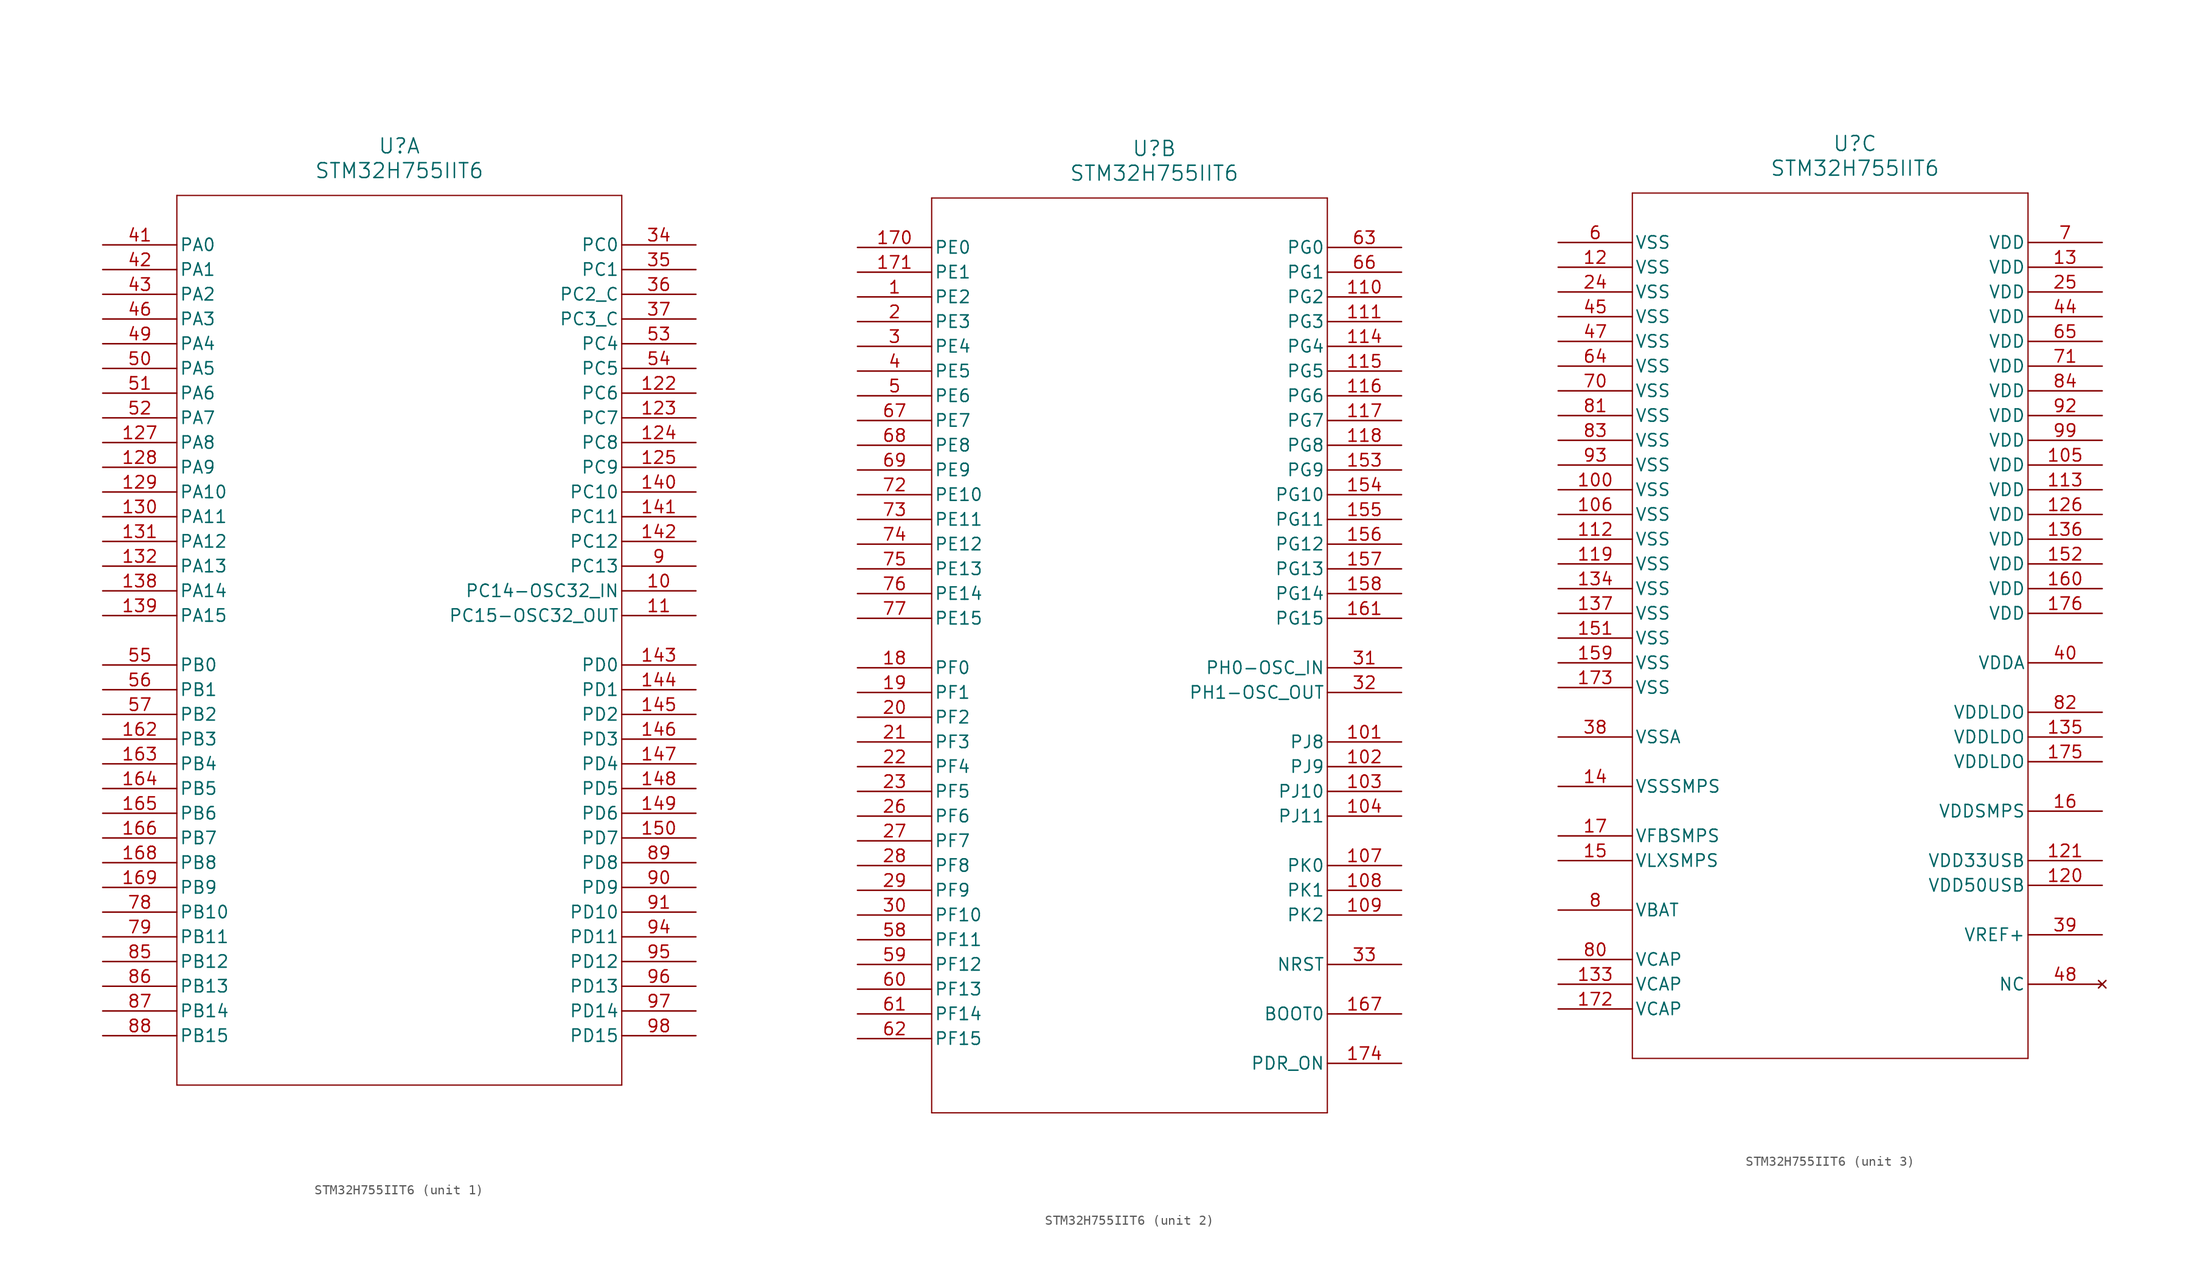
<source format=kicad_sym>
(kicad_symbol_lib
  (version 20211014)
  (generator kicad_symbol_editor)
  (symbol "STM32H755IIT6"
    (pin_names
      (offset 0.254))
    (property "Reference" "U"
      (at 30.48 10.16 0)
      (effects (font (size 1.524 1.524))))
    (property "Value" "STM32H755IIT6"
      (at 30.48 7.62 0)
      (effects (font (size 1.524 1.524))))
    (symbol "STM32H755IIT6_1_1"
      (polyline (pts (xy 7.62 5.08) (xy 7.62 -86.36)) (stroke (width 0.127) (type default) (color 0 0 0 0)) (fill (type none)))
      (polyline (pts (xy 7.62 -86.36) (xy 53.34 -86.36)) (stroke (width 0.127) (type default) (color 0 0 0 0)) (fill (type none)))
      (polyline (pts (xy 53.34 -86.36) (xy 53.34 5.08)) (stroke (width 0.127) (type default) (color 0 0 0 0)) (fill (type none)))
      (polyline (pts (xy 53.34 5.08) (xy 7.62 5.08)) (stroke (width 0.127) (type default) (color 0 0 0 0)) (fill (type none)))
      (pin bidirectional line (at 60.96 -33.02 180) (length 7.62) (name "PC13" (effects (font (size 1.27 1.27)))) (number "9" (effects (font (size 1.27 1.27)))))
      (pin bidirectional line (at 60.96 -35.56 180) (length 7.62) (name "PC14-OSC32_IN" (effects (font (size 1.27 1.27)))) (number "10" (effects (font (size 1.27 1.27)))))
      (pin bidirectional line (at 60.96 -38.1 180) (length 7.62) (name "PC15-OSC32_OUT" (effects (font (size 1.27 1.27)))) (number "11" (effects (font (size 1.27 1.27)))))
      (pin bidirectional line (at 60.96 0 180) (length 7.62) (name "PC0" (effects (font (size 1.27 1.27)))) (number "34" (effects (font (size 1.27 1.27)))))
      (pin bidirectional line (at 60.96 -2.54 180) (length 7.62) (name "PC1" (effects (font (size 1.27 1.27)))) (number "35" (effects (font (size 1.27 1.27)))))
      (pin bidirectional line (at 60.96 -5.08 180) (length 7.62) (name "PC2_C" (effects (font (size 1.27 1.27)))) (number "36" (effects (font (size 1.27 1.27)))))
      (pin bidirectional line (at 60.96 -7.62 180) (length 7.62) (name "PC3_C" (effects (font (size 1.27 1.27)))) (number "37" (effects (font (size 1.27 1.27)))))
      (pin bidirectional line (at 0 0 0) (length 7.62) (name "PA0" (effects (font (size 1.27 1.27)))) (number "41" (effects (font (size 1.27 1.27)))))
      (pin bidirectional line (at 0 -2.54 0) (length 7.62) (name "PA1" (effects (font (size 1.27 1.27)))) (number "42" (effects (font (size 1.27 1.27)))))
      (pin bidirectional line (at 0 -5.08 0) (length 7.62) (name "PA2" (effects (font (size 1.27 1.27)))) (number "43" (effects (font (size 1.27 1.27)))))
      (pin bidirectional line (at 0 -7.62 0) (length 7.62) (name "PA3" (effects (font (size 1.27 1.27)))) (number "46" (effects (font (size 1.27 1.27)))))
      (pin bidirectional line (at 0 -10.16 0) (length 7.62) (name "PA4" (effects (font (size 1.27 1.27)))) (number "49" (effects (font (size 1.27 1.27)))))
      (pin bidirectional line (at 0 -12.7 0) (length 7.62) (name "PA5" (effects (font (size 1.27 1.27)))) (number "50" (effects (font (size 1.27 1.27)))))
      (pin bidirectional line (at 0 -15.24 0) (length 7.62) (name "PA6" (effects (font (size 1.27 1.27)))) (number "51" (effects (font (size 1.27 1.27)))))
      (pin bidirectional line (at 0 -17.78 0) (length 7.62) (name "PA7" (effects (font (size 1.27 1.27)))) (number "52" (effects (font (size 1.27 1.27)))))
      (pin bidirectional line (at 60.96 -10.16 180) (length 7.62) (name "PC4" (effects (font (size 1.27 1.27)))) (number "53" (effects (font (size 1.27 1.27)))))
      (pin bidirectional line (at 60.96 -12.7 180) (length 7.62) (name "PC5" (effects (font (size 1.27 1.27)))) (number "54" (effects (font (size 1.27 1.27)))))
      (pin bidirectional line (at 0 -43.18 0) (length 7.62) (name "PB0" (effects (font (size 1.27 1.27)))) (number "55" (effects (font (size 1.27 1.27)))))
      (pin bidirectional line (at 0 -45.72 0) (length 7.62) (name "PB1" (effects (font (size 1.27 1.27)))) (number "56" (effects (font (size 1.27 1.27)))))
      (pin bidirectional line (at 0 -48.26 0) (length 7.62) (name "PB2" (effects (font (size 1.27 1.27)))) (number "57" (effects (font (size 1.27 1.27)))))
      (pin bidirectional line (at 0 -68.58 0) (length 7.62) (name "PB10" (effects (font (size 1.27 1.27)))) (number "78" (effects (font (size 1.27 1.27)))))
      (pin bidirectional line (at 0 -71.12 0) (length 7.62) (name "PB11" (effects (font (size 1.27 1.27)))) (number "79" (effects (font (size 1.27 1.27)))))
      (pin bidirectional line (at 0 -73.66 0) (length 7.62) (name "PB12" (effects (font (size 1.27 1.27)))) (number "85" (effects (font (size 1.27 1.27)))))
      (pin bidirectional line (at 0 -76.2 0) (length 7.62) (name "PB13" (effects (font (size 1.27 1.27)))) (number "86" (effects (font (size 1.27 1.27)))))
      (pin bidirectional line (at 0 -78.74 0) (length 7.62) (name "PB14" (effects (font (size 1.27 1.27)))) (number "87" (effects (font (size 1.27 1.27)))))
      (pin bidirectional line (at 0 -81.28 0) (length 7.62) (name "PB15" (effects (font (size 1.27 1.27)))) (number "88" (effects (font (size 1.27 1.27)))))
      (pin bidirectional line (at 60.96 -63.5 180) (length 7.62) (name "PD8" (effects (font (size 1.27 1.27)))) (number "89" (effects (font (size 1.27 1.27)))))
      (pin bidirectional line (at 60.96 -66.04 180) (length 7.62) (name "PD9" (effects (font (size 1.27 1.27)))) (number "90" (effects (font (size 1.27 1.27)))))
      (pin bidirectional line (at 60.96 -68.58 180) (length 7.62) (name "PD10" (effects (font (size 1.27 1.27)))) (number "91" (effects (font (size 1.27 1.27)))))
      (pin bidirectional line (at 60.96 -71.12 180) (length 7.62) (name "PD11" (effects (font (size 1.27 1.27)))) (number "94" (effects (font (size 1.27 1.27)))))
      (pin bidirectional line (at 60.96 -73.66 180) (length 7.62) (name "PD12" (effects (font (size 1.27 1.27)))) (number "95" (effects (font (size 1.27 1.27)))))
      (pin bidirectional line (at 60.96 -76.2 180) (length 7.62) (name "PD13" (effects (font (size 1.27 1.27)))) (number "96" (effects (font (size 1.27 1.27)))))
      (pin bidirectional line (at 60.96 -78.74 180) (length 7.62) (name "PD14" (effects (font (size 1.27 1.27)))) (number "97" (effects (font (size 1.27 1.27)))))
      (pin bidirectional line (at 60.96 -81.28 180) (length 7.62) (name "PD15" (effects (font (size 1.27 1.27)))) (number "98" (effects (font (size 1.27 1.27)))))
      (pin bidirectional line (at 60.96 -15.24 180) (length 7.62) (name "PC6" (effects (font (size 1.27 1.27)))) (number "122" (effects (font (size 1.27 1.27)))))
      (pin bidirectional line (at 60.96 -17.78 180) (length 7.62) (name "PC7" (effects (font (size 1.27 1.27)))) (number "123" (effects (font (size 1.27 1.27)))))
      (pin bidirectional line (at 60.96 -20.32 180) (length 7.62) (name "PC8" (effects (font (size 1.27 1.27)))) (number "124" (effects (font (size 1.27 1.27)))))
      (pin bidirectional line (at 60.96 -22.86 180) (length 7.62) (name "PC9" (effects (font (size 1.27 1.27)))) (number "125" (effects (font (size 1.27 1.27)))))
      (pin bidirectional line (at 0 -20.32 0) (length 7.62) (name "PA8" (effects (font (size 1.27 1.27)))) (number "127" (effects (font (size 1.27 1.27)))))
      (pin bidirectional line (at 0 -22.86 0) (length 7.62) (name "PA9" (effects (font (size 1.27 1.27)))) (number "128" (effects (font (size 1.27 1.27)))))
      (pin bidirectional line (at 0 -25.4 0) (length 7.62) (name "PA10" (effects (font (size 1.27 1.27)))) (number "129" (effects (font (size 1.27 1.27)))))
      (pin bidirectional line (at 0 -27.94 0) (length 7.62) (name "PA11" (effects (font (size 1.27 1.27)))) (number "130" (effects (font (size 1.27 1.27)))))
      (pin bidirectional line (at 0 -30.48 0) (length 7.62) (name "PA12" (effects (font (size 1.27 1.27)))) (number "131" (effects (font (size 1.27 1.27)))))
      (pin bidirectional line (at 0 -33.02 0) (length 7.62) (name "PA13" (effects (font (size 1.27 1.27)))) (number "132" (effects (font (size 1.27 1.27)))))
      (pin bidirectional line (at 0 -35.56 0) (length 7.62) (name "PA14" (effects (font (size 1.27 1.27)))) (number "138" (effects (font (size 1.27 1.27)))))
      (pin bidirectional line (at 0 -38.1 0) (length 7.62) (name "PA15" (effects (font (size 1.27 1.27)))) (number "139" (effects (font (size 1.27 1.27)))))
      (pin bidirectional line (at 60.96 -25.4 180) (length 7.62) (name "PC10" (effects (font (size 1.27 1.27)))) (number "140" (effects (font (size 1.27 1.27)))))
      (pin bidirectional line (at 60.96 -27.94 180) (length 7.62) (name "PC11" (effects (font (size 1.27 1.27)))) (number "141" (effects (font (size 1.27 1.27)))))
      (pin bidirectional line (at 60.96 -30.48 180) (length 7.62) (name "PC12" (effects (font (size 1.27 1.27)))) (number "142" (effects (font (size 1.27 1.27)))))
      (pin bidirectional line (at 60.96 -43.18 180) (length 7.62) (name "PD0" (effects (font (size 1.27 1.27)))) (number "143" (effects (font (size 1.27 1.27)))))
      (pin bidirectional line (at 60.96 -45.72 180) (length 7.62) (name "PD1" (effects (font (size 1.27 1.27)))) (number "144" (effects (font (size 1.27 1.27)))))
      (pin bidirectional line (at 60.96 -48.26 180) (length 7.62) (name "PD2" (effects (font (size 1.27 1.27)))) (number "145" (effects (font (size 1.27 1.27)))))
      (pin bidirectional line (at 60.96 -50.8 180) (length 7.62) (name "PD3" (effects (font (size 1.27 1.27)))) (number "146" (effects (font (size 1.27 1.27)))))
      (pin bidirectional line (at 60.96 -53.34 180) (length 7.62) (name "PD4" (effects (font (size 1.27 1.27)))) (number "147" (effects (font (size 1.27 1.27)))))
      (pin bidirectional line (at 60.96 -55.88 180) (length 7.62) (name "PD5" (effects (font (size 1.27 1.27)))) (number "148" (effects (font (size 1.27 1.27)))))
      (pin bidirectional line (at 60.96 -58.42 180) (length 7.62) (name "PD6" (effects (font (size 1.27 1.27)))) (number "149" (effects (font (size 1.27 1.27)))))
      (pin bidirectional line (at 60.96 -60.96 180) (length 7.62) (name "PD7" (effects (font (size 1.27 1.27)))) (number "150" (effects (font (size 1.27 1.27)))))
      (pin bidirectional line (at 0 -50.8 0) (length 7.62) (name "PB3" (effects (font (size 1.27 1.27)))) (number "162" (effects (font (size 1.27 1.27)))))
      (pin bidirectional line (at 0 -53.34 0) (length 7.62) (name "PB4" (effects (font (size 1.27 1.27)))) (number "163" (effects (font (size 1.27 1.27)))))
      (pin bidirectional line (at 0 -55.88 0) (length 7.62) (name "PB5" (effects (font (size 1.27 1.27)))) (number "164" (effects (font (size 1.27 1.27)))))
      (pin bidirectional line (at 0 -58.42 0) (length 7.62) (name "PB6" (effects (font (size 1.27 1.27)))) (number "165" (effects (font (size 1.27 1.27)))))
      (pin bidirectional line (at 0 -60.96 0) (length 7.62) (name "PB7" (effects (font (size 1.27 1.27)))) (number "166" (effects (font (size 1.27 1.27)))))
      (pin bidirectional line (at 0 -63.5 0) (length 7.62) (name "PB8" (effects (font (size 1.27 1.27)))) (number "168" (effects (font (size 1.27 1.27)))))
      (pin bidirectional line (at 0 -66.04 0) (length 7.62) (name "PB9" (effects (font (size 1.27 1.27)))) (number "169" (effects (font (size 1.27 1.27))))))
    (symbol "STM32H755IIT6_2_1"
      (polyline (pts (xy 7.62 5.08) (xy 7.62 -88.9)) (stroke (width 0.127) (type default) (color 0 0 0 0)) (fill (type none)))
      (polyline (pts (xy 7.62 -88.9) (xy 48.26 -88.9)) (stroke (width 0.127) (type default) (color 0 0 0 0)) (fill (type none)))
      (polyline (pts (xy 48.26 -88.9) (xy 48.26 5.08)) (stroke (width 0.127) (type default) (color 0 0 0 0)) (fill (type none)))
      (polyline (pts (xy 48.26 5.08) (xy 7.62 5.08)) (stroke (width 0.127) (type default) (color 0 0 0 0)) (fill (type none)))
      (pin bidirectional line (at 0 -5.08 0) (length 7.62) (name "PE2" (effects (font (size 1.27 1.27)))) (number "1" (effects (font (size 1.27 1.27)))))
      (pin bidirectional line (at 0 -7.62 0) (length 7.62) (name "PE3" (effects (font (size 1.27 1.27)))) (number "2" (effects (font (size 1.27 1.27)))))
      (pin bidirectional line (at 0 -10.16 0) (length 7.62) (name "PE4" (effects (font (size 1.27 1.27)))) (number "3" (effects (font (size 1.27 1.27)))))
      (pin bidirectional line (at 0 -12.7 0) (length 7.62) (name "PE5" (effects (font (size 1.27 1.27)))) (number "4" (effects (font (size 1.27 1.27)))))
      (pin bidirectional line (at 0 -15.24 0) (length 7.62) (name "PE6" (effects (font (size 1.27 1.27)))) (number "5" (effects (font (size 1.27 1.27)))))
      (pin bidirectional line (at 0 -43.18 0) (length 7.62) (name "PF0" (effects (font (size 1.27 1.27)))) (number "18" (effects (font (size 1.27 1.27)))))
      (pin bidirectional line (at 0 -45.72 0) (length 7.62) (name "PF1" (effects (font (size 1.27 1.27)))) (number "19" (effects (font (size 1.27 1.27)))))
      (pin bidirectional line (at 0 -48.26 0) (length 7.62) (name "PF2" (effects (font (size 1.27 1.27)))) (number "20" (effects (font (size 1.27 1.27)))))
      (pin bidirectional line (at 0 -50.8 0) (length 7.62) (name "PF3" (effects (font (size 1.27 1.27)))) (number "21" (effects (font (size 1.27 1.27)))))
      (pin bidirectional line (at 0 -53.34 0) (length 7.62) (name "PF4" (effects (font (size 1.27 1.27)))) (number "22" (effects (font (size 1.27 1.27)))))
      (pin bidirectional line (at 0 -55.88 0) (length 7.62) (name "PF5" (effects (font (size 1.27 1.27)))) (number "23" (effects (font (size 1.27 1.27)))))
      (pin bidirectional line (at 0 -58.42 0) (length 7.62) (name "PF6" (effects (font (size 1.27 1.27)))) (number "26" (effects (font (size 1.27 1.27)))))
      (pin bidirectional line (at 0 -60.96 0) (length 7.62) (name "PF7" (effects (font (size 1.27 1.27)))) (number "27" (effects (font (size 1.27 1.27)))))
      (pin bidirectional line (at 0 -63.5 0) (length 7.62) (name "PF8" (effects (font (size 1.27 1.27)))) (number "28" (effects (font (size 1.27 1.27)))))
      (pin bidirectional line (at 0 -66.04 0) (length 7.62) (name "PF9" (effects (font (size 1.27 1.27)))) (number "29" (effects (font (size 1.27 1.27)))))
      (pin bidirectional line (at 0 -68.58 0) (length 7.62) (name "PF10" (effects (font (size 1.27 1.27)))) (number "30" (effects (font (size 1.27 1.27)))))
      (pin bidirectional line (at 55.88 -43.18 180) (length 7.62) (name "PH0-OSC_IN" (effects (font (size 1.27 1.27)))) (number "31" (effects (font (size 1.27 1.27)))))
      (pin bidirectional line (at 55.88 -45.72 180) (length 7.62) (name "PH1-OSC_OUT" (effects (font (size 1.27 1.27)))) (number "32" (effects (font (size 1.27 1.27)))))
      (pin bidirectional line (at 55.88 -73.66 180) (length 7.62) (name "NRST" (effects (font (size 1.27 1.27)))) (number "33" (effects (font (size 1.27 1.27)))))
      (pin bidirectional line (at 0 -71.12 0) (length 7.62) (name "PF11" (effects (font (size 1.27 1.27)))) (number "58" (effects (font (size 1.27 1.27)))))
      (pin bidirectional line (at 0 -73.66 0) (length 7.62) (name "PF12" (effects (font (size 1.27 1.27)))) (number "59" (effects (font (size 1.27 1.27)))))
      (pin bidirectional line (at 0 -76.2 0) (length 7.62) (name "PF13" (effects (font (size 1.27 1.27)))) (number "60" (effects (font (size 1.27 1.27)))))
      (pin bidirectional line (at 0 -78.74 0) (length 7.62) (name "PF14" (effects (font (size 1.27 1.27)))) (number "61" (effects (font (size 1.27 1.27)))))
      (pin bidirectional line (at 0 -81.28 0) (length 7.62) (name "PF15" (effects (font (size 1.27 1.27)))) (number "62" (effects (font (size 1.27 1.27)))))
      (pin bidirectional line (at 55.88 0 180) (length 7.62) (name "PG0" (effects (font (size 1.27 1.27)))) (number "63" (effects (font (size 1.27 1.27)))))
      (pin bidirectional line (at 55.88 -2.54 180) (length 7.62) (name "PG1" (effects (font (size 1.27 1.27)))) (number "66" (effects (font (size 1.27 1.27)))))
      (pin bidirectional line (at 0 -17.78 0) (length 7.62) (name "PE7" (effects (font (size 1.27 1.27)))) (number "67" (effects (font (size 1.27 1.27)))))
      (pin bidirectional line (at 0 -20.32 0) (length 7.62) (name "PE8" (effects (font (size 1.27 1.27)))) (number "68" (effects (font (size 1.27 1.27)))))
      (pin bidirectional line (at 0 -22.86 0) (length 7.62) (name "PE9" (effects (font (size 1.27 1.27)))) (number "69" (effects (font (size 1.27 1.27)))))
      (pin bidirectional line (at 0 -25.4 0) (length 7.62) (name "PE10" (effects (font (size 1.27 1.27)))) (number "72" (effects (font (size 1.27 1.27)))))
      (pin bidirectional line (at 0 -27.94 0) (length 7.62) (name "PE11" (effects (font (size 1.27 1.27)))) (number "73" (effects (font (size 1.27 1.27)))))
      (pin bidirectional line (at 0 -30.48 0) (length 7.62) (name "PE12" (effects (font (size 1.27 1.27)))) (number "74" (effects (font (size 1.27 1.27)))))
      (pin bidirectional line (at 0 -33.02 0) (length 7.62) (name "PE13" (effects (font (size 1.27 1.27)))) (number "75" (effects (font (size 1.27 1.27)))))
      (pin bidirectional line (at 0 -35.56 0) (length 7.62) (name "PE14" (effects (font (size 1.27 1.27)))) (number "76" (effects (font (size 1.27 1.27)))))
      (pin bidirectional line (at 0 -38.1 0) (length 7.62) (name "PE15" (effects (font (size 1.27 1.27)))) (number "77" (effects (font (size 1.27 1.27)))))
      (pin bidirectional line (at 55.88 -50.8 180) (length 7.62) (name "PJ8" (effects (font (size 1.27 1.27)))) (number "101" (effects (font (size 1.27 1.27)))))
      (pin bidirectional line (at 55.88 -53.34 180) (length 7.62) (name "PJ9" (effects (font (size 1.27 1.27)))) (number "102" (effects (font (size 1.27 1.27)))))
      (pin bidirectional line (at 55.88 -55.88 180) (length 7.62) (name "PJ10" (effects (font (size 1.27 1.27)))) (number "103" (effects (font (size 1.27 1.27)))))
      (pin bidirectional line (at 55.88 -58.42 180) (length 7.62) (name "PJ11" (effects (font (size 1.27 1.27)))) (number "104" (effects (font (size 1.27 1.27)))))
      (pin bidirectional line (at 55.88 -63.5 180) (length 7.62) (name "PK0" (effects (font (size 1.27 1.27)))) (number "107" (effects (font (size 1.27 1.27)))))
      (pin bidirectional line (at 55.88 -66.04 180) (length 7.62) (name "PK1" (effects (font (size 1.27 1.27)))) (number "108" (effects (font (size 1.27 1.27)))))
      (pin bidirectional line (at 55.88 -68.58 180) (length 7.62) (name "PK2" (effects (font (size 1.27 1.27)))) (number "109" (effects (font (size 1.27 1.27)))))
      (pin bidirectional line (at 55.88 -5.08 180) (length 7.62) (name "PG2" (effects (font (size 1.27 1.27)))) (number "110" (effects (font (size 1.27 1.27)))))
      (pin bidirectional line (at 55.88 -7.62 180) (length 7.62) (name "PG3" (effects (font (size 1.27 1.27)))) (number "111" (effects (font (size 1.27 1.27)))))
      (pin bidirectional line (at 55.88 -10.16 180) (length 7.62) (name "PG4" (effects (font (size 1.27 1.27)))) (number "114" (effects (font (size 1.27 1.27)))))
      (pin bidirectional line (at 55.88 -12.7 180) (length 7.62) (name "PG5" (effects (font (size 1.27 1.27)))) (number "115" (effects (font (size 1.27 1.27)))))
      (pin bidirectional line (at 55.88 -15.24 180) (length 7.62) (name "PG6" (effects (font (size 1.27 1.27)))) (number "116" (effects (font (size 1.27 1.27)))))
      (pin bidirectional line (at 55.88 -17.78 180) (length 7.62) (name "PG7" (effects (font (size 1.27 1.27)))) (number "117" (effects (font (size 1.27 1.27)))))
      (pin bidirectional line (at 55.88 -20.32 180) (length 7.62) (name "PG8" (effects (font (size 1.27 1.27)))) (number "118" (effects (font (size 1.27 1.27)))))
      (pin bidirectional line (at 55.88 -22.86 180) (length 7.62) (name "PG9" (effects (font (size 1.27 1.27)))) (number "153" (effects (font (size 1.27 1.27)))))
      (pin bidirectional line (at 55.88 -25.4 180) (length 7.62) (name "PG10" (effects (font (size 1.27 1.27)))) (number "154" (effects (font (size 1.27 1.27)))))
      (pin bidirectional line (at 55.88 -27.94 180) (length 7.62) (name "PG11" (effects (font (size 1.27 1.27)))) (number "155" (effects (font (size 1.27 1.27)))))
      (pin bidirectional line (at 55.88 -30.48 180) (length 7.62) (name "PG12" (effects (font (size 1.27 1.27)))) (number "156" (effects (font (size 1.27 1.27)))))
      (pin bidirectional line (at 55.88 -33.02 180) (length 7.62) (name "PG13" (effects (font (size 1.27 1.27)))) (number "157" (effects (font (size 1.27 1.27)))))
      (pin bidirectional line (at 55.88 -35.56 180) (length 7.62) (name "PG14" (effects (font (size 1.27 1.27)))) (number "158" (effects (font (size 1.27 1.27)))))
      (pin bidirectional line (at 55.88 -38.1 180) (length 7.62) (name "PG15" (effects (font (size 1.27 1.27)))) (number "161" (effects (font (size 1.27 1.27)))))
      (pin input line (at 55.88 -78.74 180) (length 7.62) (name "BOOT0" (effects (font (size 1.27 1.27)))) (number "167" (effects (font (size 1.27 1.27)))))
      (pin bidirectional line (at 0 0 0) (length 7.62) (name "PE0" (effects (font (size 1.27 1.27)))) (number "170" (effects (font (size 1.27 1.27)))))
      (pin bidirectional line (at 0 -2.54 0) (length 7.62) (name "PE1" (effects (font (size 1.27 1.27)))) (number "171" (effects (font (size 1.27 1.27)))))
      (pin bidirectional line (at 55.88 -83.82 180) (length 7.62) (name "PDR_ON" (effects (font (size 1.27 1.27)))) (number "174" (effects (font (size 1.27 1.27))))))
    (symbol "STM32H755IIT6_3_1"
      (polyline (pts (xy 7.62 5.08) (xy 7.62 -83.82)) (stroke (width 0.127) (type default) (color 0 0 0 0)) (fill (type none)))
      (polyline (pts (xy 7.62 -83.82) (xy 48.26 -83.82)) (stroke (width 0.127) (type default) (color 0 0 0 0)) (fill (type none)))
      (polyline (pts (xy 48.26 -83.82) (xy 48.26 5.08)) (stroke (width 0.127) (type default) (color 0 0 0 0)) (fill (type none)))
      (polyline (pts (xy 48.26 5.08) (xy 7.62 5.08)) (stroke (width 0.127) (type default) (color 0 0 0 0)) (fill (type none)))
      (pin power_in line (at 0 0 0) (length 7.62) (name "VSS" (effects (font (size 1.27 1.27)))) (number "6" (effects (font (size 1.27 1.27)))))
      (pin power_in line (at 55.88 0 180) (length 7.62) (name "VDD" (effects (font (size 1.27 1.27)))) (number "7" (effects (font (size 1.27 1.27)))))
      (pin power_in line (at 0 -68.58 0) (length 7.62) (name "VBAT" (effects (font (size 1.27 1.27)))) (number "8" (effects (font (size 1.27 1.27)))))
      (pin power_in line (at 0 -2.54 0) (length 7.62) (name "VSS" (effects (font (size 1.27 1.27)))) (number "12" (effects (font (size 1.27 1.27)))))
      (pin power_in line (at 55.88 -2.54 180) (length 7.62) (name "VDD" (effects (font (size 1.27 1.27)))) (number "13" (effects (font (size 1.27 1.27)))))
      (pin power_in line (at 0 -55.88 0) (length 7.62) (name "VSSSMPS" (effects (font (size 1.27 1.27)))) (number "14" (effects (font (size 1.27 1.27)))))
      (pin power_in line (at 0 -63.5 0) (length 7.62) (name "VLXSMPS" (effects (font (size 1.27 1.27)))) (number "15" (effects (font (size 1.27 1.27)))))
      (pin power_in line (at 55.88 -58.42 180) (length 7.62) (name "VDDSMPS" (effects (font (size 1.27 1.27)))) (number "16" (effects (font (size 1.27 1.27)))))
      (pin power_in line (at 0 -60.96 0) (length 7.62) (name "VFBSMPS" (effects (font (size 1.27 1.27)))) (number "17" (effects (font (size 1.27 1.27)))))
      (pin power_in line (at 0 -5.08 0) (length 7.62) (name "VSS" (effects (font (size 1.27 1.27)))) (number "24" (effects (font (size 1.27 1.27)))))
      (pin power_in line (at 55.88 -5.08 180) (length 7.62) (name "VDD" (effects (font (size 1.27 1.27)))) (number "25" (effects (font (size 1.27 1.27)))))
      (pin power_in line (at 0 -50.8 0) (length 7.62) (name "VSSA" (effects (font (size 1.27 1.27)))) (number "38" (effects (font (size 1.27 1.27)))))
      (pin power_in line (at 55.88 -71.12 180) (length 7.62) (name "VREF+" (effects (font (size 1.27 1.27)))) (number "39" (effects (font (size 1.27 1.27)))))
      (pin power_in line (at 55.88 -43.18 180) (length 7.62) (name "VDDA" (effects (font (size 1.27 1.27)))) (number "40" (effects (font (size 1.27 1.27)))))
      (pin power_in line (at 55.88 -7.62 180) (length 7.62) (name "VDD" (effects (font (size 1.27 1.27)))) (number "44" (effects (font (size 1.27 1.27)))))
      (pin power_in line (at 0 -7.62 0) (length 7.62) (name "VSS" (effects (font (size 1.27 1.27)))) (number "45" (effects (font (size 1.27 1.27)))))
      (pin power_in line (at 0 -10.16 0) (length 7.62) (name "VSS" (effects (font (size 1.27 1.27)))) (number "47" (effects (font (size 1.27 1.27)))))
      (pin no_connect line (at 55.88 -76.2 180) (length 7.62) (name "NC" (effects (font (size 1.27 1.27)))) (number "48" (effects (font (size 1.27 1.27)))))
      (pin power_in line (at 0 -12.7 0) (length 7.62) (name "VSS" (effects (font (size 1.27 1.27)))) (number "64" (effects (font (size 1.27 1.27)))))
      (pin power_in line (at 55.88 -10.16 180) (length 7.62) (name "VDD" (effects (font (size 1.27 1.27)))) (number "65" (effects (font (size 1.27 1.27)))))
      (pin power_in line (at 0 -15.24 0) (length 7.62) (name "VSS" (effects (font (size 1.27 1.27)))) (number "70" (effects (font (size 1.27 1.27)))))
      (pin power_in line (at 55.88 -12.7 180) (length 7.62) (name "VDD" (effects (font (size 1.27 1.27)))) (number "71" (effects (font (size 1.27 1.27)))))
      (pin power_in line (at 0 -73.66 0) (length 7.62) (name "VCAP" (effects (font (size 1.27 1.27)))) (number "80" (effects (font (size 1.27 1.27)))))
      (pin power_in line (at 0 -17.78 0) (length 7.62) (name "VSS" (effects (font (size 1.27 1.27)))) (number "81" (effects (font (size 1.27 1.27)))))
      (pin power_in line (at 55.88 -48.26 180) (length 7.62) (name "VDDLDO" (effects (font (size 1.27 1.27)))) (number "82" (effects (font (size 1.27 1.27)))))
      (pin power_in line (at 0 -20.32 0) (length 7.62) (name "VSS" (effects (font (size 1.27 1.27)))) (number "83" (effects (font (size 1.27 1.27)))))
      (pin power_in line (at 55.88 -15.24 180) (length 7.62) (name "VDD" (effects (font (size 1.27 1.27)))) (number "84" (effects (font (size 1.27 1.27)))))
      (pin power_in line (at 55.88 -17.78 180) (length 7.62) (name "VDD" (effects (font (size 1.27 1.27)))) (number "92" (effects (font (size 1.27 1.27)))))
      (pin power_in line (at 0 -22.86 0) (length 7.62) (name "VSS" (effects (font (size 1.27 1.27)))) (number "93" (effects (font (size 1.27 1.27)))))
      (pin power_in line (at 55.88 -20.32 180) (length 7.62) (name "VDD" (effects (font (size 1.27 1.27)))) (number "99" (effects (font (size 1.27 1.27)))))
      (pin power_in line (at 0 -25.4 0) (length 7.62) (name "VSS" (effects (font (size 1.27 1.27)))) (number "100" (effects (font (size 1.27 1.27)))))
      (pin power_in line (at 55.88 -22.86 180) (length 7.62) (name "VDD" (effects (font (size 1.27 1.27)))) (number "105" (effects (font (size 1.27 1.27)))))
      (pin power_in line (at 0 -27.94 0) (length 7.62) (name "VSS" (effects (font (size 1.27 1.27)))) (number "106" (effects (font (size 1.27 1.27)))))
      (pin power_in line (at 0 -30.48 0) (length 7.62) (name "VSS" (effects (font (size 1.27 1.27)))) (number "112" (effects (font (size 1.27 1.27)))))
      (pin power_in line (at 55.88 -25.4 180) (length 7.62) (name "VDD" (effects (font (size 1.27 1.27)))) (number "113" (effects (font (size 1.27 1.27)))))
      (pin power_in line (at 0 -33.02 0) (length 7.62) (name "VSS" (effects (font (size 1.27 1.27)))) (number "119" (effects (font (size 1.27 1.27)))))
      (pin power_in line (at 55.88 -66.04 180) (length 7.62) (name "VDD50USB" (effects (font (size 1.27 1.27)))) (number "120" (effects (font (size 1.27 1.27)))))
      (pin power_in line (at 55.88 -63.5 180) (length 7.62) (name "VDD33USB" (effects (font (size 1.27 1.27)))) (number "121" (effects (font (size 1.27 1.27)))))
      (pin power_in line (at 55.88 -27.94 180) (length 7.62) (name "VDD" (effects (font (size 1.27 1.27)))) (number "126" (effects (font (size 1.27 1.27)))))
      (pin power_in line (at 0 -76.2 0) (length 7.62) (name "VCAP" (effects (font (size 1.27 1.27)))) (number "133" (effects (font (size 1.27 1.27)))))
      (pin power_in line (at 0 -35.56 0) (length 7.62) (name "VSS" (effects (font (size 1.27 1.27)))) (number "134" (effects (font (size 1.27 1.27)))))
      (pin power_in line (at 55.88 -50.8 180) (length 7.62) (name "VDDLDO" (effects (font (size 1.27 1.27)))) (number "135" (effects (font (size 1.27 1.27)))))
      (pin power_in line (at 55.88 -30.48 180) (length 7.62) (name "VDD" (effects (font (size 1.27 1.27)))) (number "136" (effects (font (size 1.27 1.27)))))
      (pin power_in line (at 0 -38.1 0) (length 7.62) (name "VSS" (effects (font (size 1.27 1.27)))) (number "137" (effects (font (size 1.27 1.27)))))
      (pin power_in line (at 0 -40.64 0) (length 7.62) (name "VSS" (effects (font (size 1.27 1.27)))) (number "151" (effects (font (size 1.27 1.27)))))
      (pin power_in line (at 55.88 -33.02 180) (length 7.62) (name "VDD" (effects (font (size 1.27 1.27)))) (number "152" (effects (font (size 1.27 1.27)))))
      (pin power_in line (at 0 -43.18 0) (length 7.62) (name "VSS" (effects (font (size 1.27 1.27)))) (number "159" (effects (font (size 1.27 1.27)))))
      (pin power_in line (at 55.88 -35.56 180) (length 7.62) (name "VDD" (effects (font (size 1.27 1.27)))) (number "160" (effects (font (size 1.27 1.27)))))
      (pin power_in line (at 0 -78.74 0) (length 7.62) (name "VCAP" (effects (font (size 1.27 1.27)))) (number "172" (effects (font (size 1.27 1.27)))))
      (pin power_in line (at 0 -45.72 0) (length 7.62) (name "VSS" (effects (font (size 1.27 1.27)))) (number "173" (effects (font (size 1.27 1.27)))))
      (pin power_in line (at 55.88 -53.34 180) (length 7.62) (name "VDDLDO" (effects (font (size 1.27 1.27)))) (number "175" (effects (font (size 1.27 1.27)))))
      (pin power_in line (at 55.88 -38.1 180) (length 7.62) (name "VDD" (effects (font (size 1.27 1.27)))) (number "176" (effects (font (size 1.27 1.27))))))))
</source>
